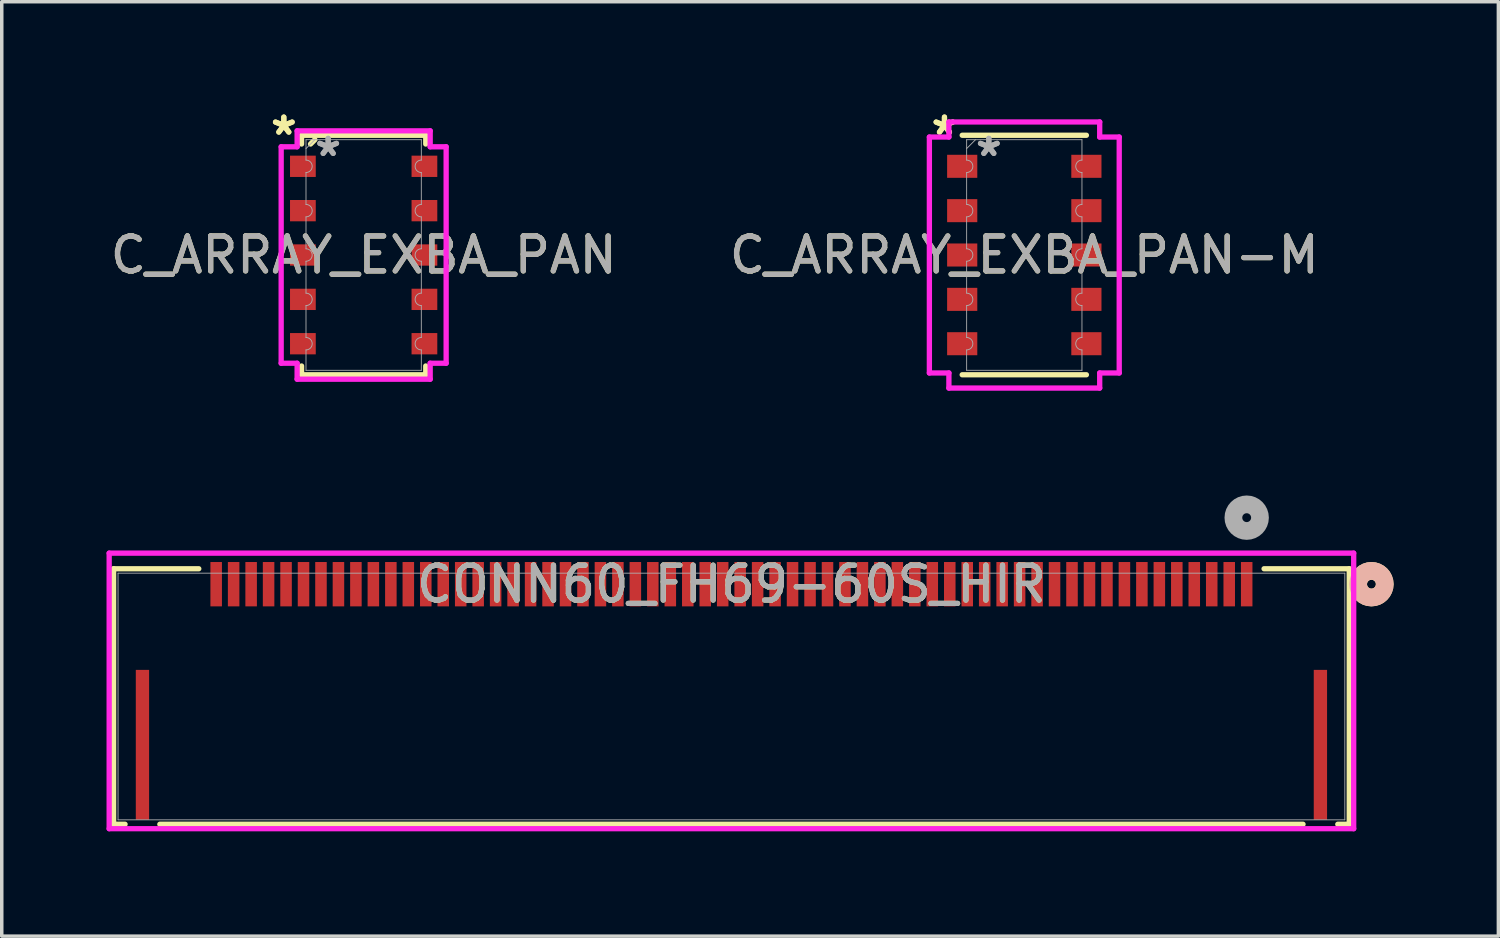
<source format=kicad_pcb>
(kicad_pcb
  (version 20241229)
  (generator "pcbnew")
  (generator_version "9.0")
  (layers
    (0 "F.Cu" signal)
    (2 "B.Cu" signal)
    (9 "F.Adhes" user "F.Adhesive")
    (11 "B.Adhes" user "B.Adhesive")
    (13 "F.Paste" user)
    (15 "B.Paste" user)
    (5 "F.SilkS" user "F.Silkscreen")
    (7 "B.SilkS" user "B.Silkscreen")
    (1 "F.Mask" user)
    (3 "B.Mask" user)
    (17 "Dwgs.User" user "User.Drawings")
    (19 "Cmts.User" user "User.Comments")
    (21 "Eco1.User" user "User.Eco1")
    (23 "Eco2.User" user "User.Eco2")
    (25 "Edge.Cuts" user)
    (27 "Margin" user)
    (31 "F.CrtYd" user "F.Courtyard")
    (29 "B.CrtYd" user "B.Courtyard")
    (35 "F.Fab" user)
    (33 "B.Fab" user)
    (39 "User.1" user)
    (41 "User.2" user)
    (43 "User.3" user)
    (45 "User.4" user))
  (footprint "C_ARRAY_EXBA_PAN-M"
    (layer "F.Cu")
    (at 26.28 4.252)
    (property "Reference" "C_ARRAY_EXBA_PAN-M" (at 0 0 0) (unlocked yes) (layer "F.SilkS") (effects (font (size 1 1) (thickness 0.15))))
    (attr smd)
    (fp_line (start -1.778 -3.429) (end 1.778 -3.429) (stroke (width 0.152) (type solid)) (layer "F.SilkS"))
    (fp_line (start -1.778 3.429) (end 1.778 3.429) (stroke (width 0.152) (type solid)) (layer "F.SilkS"))
    (fp_line (start -2.718 -3.378) (end -2.159 -3.378) (stroke (width 0.152) (type solid)) (layer "F.CrtYd"))
    (fp_line (start -2.718 3.378) (end -2.718 -3.378) (stroke (width 0.152) (type solid)) (layer "F.CrtYd"))
    (fp_line (start -2.718 3.378) (end -2.159 3.378) (stroke (width 0.152) (type solid)) (layer "F.CrtYd"))
    (fp_line (start -2.159 -3.81) (end 2.159 -3.81) (stroke (width 0.152) (type solid)) (layer "F.CrtYd"))
    (fp_line (start -2.159 -3.378) (end -2.159 -3.81) (stroke (width 0.152) (type solid)) (layer "F.CrtYd"))
    (fp_line (start -2.159 3.81) (end -2.159 3.378) (stroke (width 0.152) (type solid)) (layer "F.CrtYd"))
    (fp_line (start 2.159 -3.81) (end 2.159 -3.378) (stroke (width 0.152) (type solid)) (layer "F.CrtYd"))
    (fp_line (start 2.159 3.378) (end 2.159 3.81) (stroke (width 0.152) (type solid)) (layer "F.CrtYd"))
    (fp_line (start 2.159 3.81) (end -2.159 3.81) (stroke (width 0.152) (type solid)) (layer "F.CrtYd"))
    (fp_line (start 2.718 -3.378) (end 2.159 -3.378) (stroke (width 0.152) (type solid)) (layer "F.CrtYd"))
    (fp_line (start 2.718 -3.378) (end 2.718 3.378) (stroke (width 0.152) (type solid)) (layer "F.CrtYd"))
    (fp_line (start 2.718 3.378) (end 2.159 3.378) (stroke (width 0.152) (type solid)) (layer "F.CrtYd"))
    (fp_line (start -1.651 -3.302) (end 1.651 -3.302) (stroke (width 0.025) (type solid)) (layer "F.Fab"))
    (fp_line (start -1.651 -2.718) (end -1.651 -3.302) (stroke (width 0.025) (type solid)) (layer "F.Fab"))
    (fp_line (start -1.651 -2.362) (end -1.651 -1.448) (stroke (width 0.025) (type solid)) (layer "F.Fab"))
    (fp_line (start -1.651 -1.092) (end -1.651 -0.178) (stroke (width 0.025) (type solid)) (layer "F.Fab"))
    (fp_line (start -1.651 0.178) (end -1.651 1.092) (stroke (width 0.025) (type solid)) (layer "F.Fab"))
    (fp_line (start -1.651 1.448) (end -1.651 2.362) (stroke (width 0.025) (type solid)) (layer "F.Fab"))
    (fp_line (start -1.651 2.718) (end -1.651 3.302) (stroke (width 0.025) (type solid)) (layer "F.Fab"))
    (fp_line (start -1.651 3.302) (end 1.651 3.302) (stroke (width 0.025) (type solid)) (layer "F.Fab"))
    (fp_line (start -1.397 -3.302) (end -1.651 -3.048) (stroke (width 0.025) (type solid)) (layer "F.Fab"))
    (fp_line (start 1.651 -2.718) (end 1.651 -3.302) (stroke (width 0.025) (type solid)) (layer "F.Fab"))
    (fp_line (start 1.651 -2.362) (end 1.651 -1.448) (stroke (width 0.025) (type solid)) (layer "F.Fab"))
    (fp_line (start 1.651 -1.092) (end 1.651 -0.178) (stroke (width 0.025) (type solid)) (layer "F.Fab"))
    (fp_line (start 1.651 0.178) (end 1.651 1.092) (stroke (width 0.025) (type solid)) (layer "F.Fab"))
    (fp_line (start 1.651 1.448) (end 1.651 2.362) (stroke (width 0.025) (type solid)) (layer "F.Fab"))
    (fp_line (start 1.651 2.718) (end 1.651 3.302) (stroke (width 0.025) (type solid)) (layer "F.Fab"))
    (fp_arc (start -1.651 -2.7178) (mid -1.4732 -2.54) (end -1.651 -2.3622) (stroke (width 0.0254) (type solid)) (layer "F.Fab"))
    (fp_arc (start -1.651 -1.4478) (mid -1.4732 -1.27) (end -1.651 -1.0922) (stroke (width 0.0254) (type solid)) (layer "F.Fab"))
    (fp_arc (start -1.651 -0.1778) (mid -1.4732 0) (end -1.651 0.1778) (stroke (width 0.0254) (type solid)) (layer "F.Fab"))
    (fp_arc (start -1.651 1.0922) (mid -1.4732 1.27) (end -1.651 1.4478) (stroke (width 0.0254) (type solid)) (layer "F.Fab"))
    (fp_arc (start -1.651 2.3622) (mid -1.4732 2.54) (end -1.651 2.7178) (stroke (width 0.0254) (type solid)) (layer "F.Fab"))
    (fp_arc (start 1.651 -2.3622) (mid 1.4732 -2.54) (end 1.651 -2.7178) (stroke (width 0.0254) (type solid)) (layer "F.Fab"))
    (fp_arc (start 1.651 -1.0922) (mid 1.4732 -1.27) (end 1.651 -1.4478) (stroke (width 0.0254) (type solid)) (layer "F.Fab"))
    (fp_arc (start 1.651 0.1778) (mid 1.4732 0) (end 1.651 -0.1778) (stroke (width 0.0254) (type solid)) (layer "F.Fab"))
    (fp_arc (start 1.651 1.4478) (mid 1.4732 1.27) (end 1.651 1.0922) (stroke (width 0.0254) (type solid)) (layer "F.Fab"))
    (fp_arc (start 1.651 2.7178) (mid 1.4732 2.54) (end 1.651 2.3622) (stroke (width 0.0254) (type solid)) (layer "F.Fab"))
    (fp_text user "*" (at -2.286 -3.404 0) (unlocked yes) (layer "F.SilkS") (effects (font (size 1 1) (thickness 0.15))))
    (fp_text user "*" (at -2.286 -3.404 0) (layer "F.SilkS") (effects (font (size 1 1) (thickness 0.15))))
    (fp_text user "*" (at -1.016 -2.794 0) (layer "F.Fab") (effects (font (size 1 1) (thickness 0.15))))
    (fp_text user "${REFERENCE}" (at 0 0 0) (unlocked yes) (layer "F.Fab") (effects (font (size 1 1) (thickness 0.15))))
    (fp_text user "*" (at -1.016 -2.794 0) (unlocked yes) (layer "F.Fab") (effects (font (size 1 1) (thickness 0.15))))
    (pad "1" smd rect (at -1.778 -2.54) (size 0.864 0.66) (layers "F.Cu" "F.Mask" "F.Paste"))
    (pad "2" smd rect (at -1.778 -1.27) (size 0.864 0.66) (layers "F.Cu" "F.Mask" "F.Paste"))
    (pad "3" smd rect (at -1.778 0) (size 0.864 0.66) (layers "F.Cu" "F.Mask" "F.Paste"))
    (pad "4" smd rect (at -1.778 1.27) (size 0.864 0.66) (layers "F.Cu" "F.Mask" "F.Paste"))
    (pad "5" smd rect (at -1.778 2.54) (size 0.864 0.66) (layers "F.Cu" "F.Mask" "F.Paste"))
    (pad "6" smd rect (at 1.778 2.54) (size 0.864 0.66) (layers "F.Cu" "F.Mask" "F.Paste"))
    (pad "7" smd rect (at 1.778 1.27) (size 0.864 0.66) (layers "F.Cu" "F.Mask" "F.Paste"))
    (pad "8" smd rect (at 1.778 0) (size 0.864 0.66) (layers "F.Cu" "F.Mask" "F.Paste"))
    (pad "9" smd rect (at 1.778 -1.27) (size 0.864 0.66) (layers "F.Cu" "F.Mask" "F.Paste"))
    (pad "10" smd rect (at 1.778 -2.54) (size 0.864 0.66) (layers "F.Cu" "F.Mask" "F.Paste")))
  (footprint "C_ARRAY_EXBA_PAN"
    (layer "F.Cu")
    (at 7.363 4.252)
    (property "Reference" "C_ARRAY_EXBA_PAN" (at 0 0 0) (unlocked yes) (layer "F.SilkS") (effects (font (size 1 1) (thickness 0.15))))
    (attr smd)
    (fp_line (start -1.778 -3.429) (end 1.778 -3.429) (stroke (width 0.152) (type solid)) (layer "F.SilkS"))
    (fp_line (start -1.778 -3.178) (end -1.778 -3.429) (stroke (width 0.152) (type solid)) (layer "F.SilkS"))
    (fp_line (start -1.778 3.178) (end -1.778 3.429) (stroke (width 0.152) (type solid)) (layer "F.SilkS"))
    (fp_line (start -1.778 3.429) (end 1.778 3.429) (stroke (width 0.152) (type solid)) (layer "F.SilkS"))
    (fp_line (start -1.397 -3.302) (end -1.521 -3.178) (stroke (width 0.152) (type solid)) (layer "F.SilkS"))
    (fp_line (start 1.778 -3.178) (end 1.778 -3.429) (stroke (width 0.152) (type solid)) (layer "F.SilkS"))
    (fp_line (start 1.778 3.178) (end 1.778 3.429) (stroke (width 0.152) (type solid)) (layer "F.SilkS"))
    (fp_line (start -2.362 -3.099) (end -1.905 -3.099) (stroke (width 0.152) (type solid)) (layer "F.CrtYd"))
    (fp_line (start -2.362 3.099) (end -2.362 -3.099) (stroke (width 0.152) (type solid)) (layer "F.CrtYd"))
    (fp_line (start -2.362 3.099) (end -1.905 3.099) (stroke (width 0.152) (type solid)) (layer "F.CrtYd"))
    (fp_line (start -1.905 -3.556) (end 1.905 -3.556) (stroke (width 0.152) (type solid)) (layer "F.CrtYd"))
    (fp_line (start -1.905 -3.099) (end -1.905 -3.556) (stroke (width 0.152) (type solid)) (layer "F.CrtYd"))
    (fp_line (start -1.905 3.556) (end -1.905 3.099) (stroke (width 0.152) (type solid)) (layer "F.CrtYd"))
    (fp_line (start 1.905 -3.556) (end 1.905 -3.099) (stroke (width 0.152) (type solid)) (layer "F.CrtYd"))
    (fp_line (start 1.905 3.099) (end 1.905 3.556) (stroke (width 0.152) (type solid)) (layer "F.CrtYd"))
    (fp_line (start 1.905 3.556) (end -1.905 3.556) (stroke (width 0.152) (type solid)) (layer "F.CrtYd"))
    (fp_line (start 2.362 -3.099) (end 1.905 -3.099) (stroke (width 0.152) (type solid)) (layer "F.CrtYd"))
    (fp_line (start 2.362 -3.099) (end 2.362 3.099) (stroke (width 0.152) (type solid)) (layer "F.CrtYd"))
    (fp_line (start 2.362 3.099) (end 1.905 3.099) (stroke (width 0.152) (type solid)) (layer "F.CrtYd"))
    (fp_line (start -1.651 -3.302) (end 1.651 -3.302) (stroke (width 0.025) (type solid)) (layer "F.Fab"))
    (fp_line (start -1.651 -2.718) (end -1.651 -3.302) (stroke (width 0.025) (type solid)) (layer "F.Fab"))
    (fp_line (start -1.651 -2.362) (end -1.651 -1.448) (stroke (width 0.025) (type solid)) (layer "F.Fab"))
    (fp_line (start -1.651 -1.092) (end -1.651 -0.178) (stroke (width 0.025) (type solid)) (layer "F.Fab"))
    (fp_line (start -1.651 0.178) (end -1.651 1.092) (stroke (width 0.025) (type solid)) (layer "F.Fab"))
    (fp_line (start -1.651 1.448) (end -1.651 2.362) (stroke (width 0.025) (type solid)) (layer "F.Fab"))
    (fp_line (start -1.651 2.718) (end -1.651 3.302) (stroke (width 0.025) (type solid)) (layer "F.Fab"))
    (fp_line (start -1.651 3.302) (end 1.651 3.302) (stroke (width 0.025) (type solid)) (layer "F.Fab"))
    (fp_line (start -1.397 -3.302) (end -1.651 -3.048) (stroke (width 0.025) (type solid)) (layer "F.Fab"))
    (fp_line (start 1.651 -2.718) (end 1.651 -3.302) (stroke (width 0.025) (type solid)) (layer "F.Fab"))
    (fp_line (start 1.651 -2.362) (end 1.651 -1.448) (stroke (width 0.025) (type solid)) (layer "F.Fab"))
    (fp_line (start 1.651 -1.092) (end 1.651 -0.178) (stroke (width 0.025) (type solid)) (layer "F.Fab"))
    (fp_line (start 1.651 0.178) (end 1.651 1.092) (stroke (width 0.025) (type solid)) (layer "F.Fab"))
    (fp_line (start 1.651 1.448) (end 1.651 2.362) (stroke (width 0.025) (type solid)) (layer "F.Fab"))
    (fp_line (start 1.651 2.718) (end 1.651 3.302) (stroke (width 0.025) (type solid)) (layer "F.Fab"))
    (fp_arc (start -1.651 -2.7178) (mid -1.4732 -2.54) (end -1.651 -2.3622) (stroke (width 0.0254) (type solid)) (layer "F.Fab"))
    (fp_arc (start -1.651 -1.4478) (mid -1.4732 -1.27) (end -1.651 -1.0922) (stroke (width 0.0254) (type solid)) (layer "F.Fab"))
    (fp_arc (start -1.651 -0.1778) (mid -1.4732 0) (end -1.651 0.1778) (stroke (width 0.0254) (type solid)) (layer "F.Fab"))
    (fp_arc (start -1.651 1.0922) (mid -1.4732 1.27) (end -1.651 1.4478) (stroke (width 0.0254) (type solid)) (layer "F.Fab"))
    (fp_arc (start -1.651 2.3622) (mid -1.4732 2.54) (end -1.651 2.7178) (stroke (width 0.0254) (type solid)) (layer "F.Fab"))
    (fp_arc (start 1.651 -2.3622) (mid 1.4732 -2.54) (end 1.651 -2.7178) (stroke (width 0.0254) (type solid)) (layer "F.Fab"))
    (fp_arc (start 1.651 -1.0922) (mid 1.4732 -1.27) (end 1.651 -1.4478) (stroke (width 0.0254) (type solid)) (layer "F.Fab"))
    (fp_arc (start 1.651 0.1778) (mid 1.4732 0) (end 1.651 -0.1778) (stroke (width 0.0254) (type solid)) (layer "F.Fab"))
    (fp_arc (start 1.651 1.4478) (mid 1.4732 1.27) (end 1.651 1.0922) (stroke (width 0.0254) (type solid)) (layer "F.Fab"))
    (fp_arc (start 1.651 2.7178) (mid 1.4732 2.54) (end 1.651 2.3622) (stroke (width 0.0254) (type solid)) (layer "F.Fab"))
    (fp_text user "*" (at -2.286 -3.404 0) (unlocked yes) (layer "F.SilkS") (effects (font (size 1 1) (thickness 0.15))))
    (fp_text user "*" (at -2.286 -3.404 0) (layer "F.SilkS") (effects (font (size 1 1) (thickness 0.15))))
    (fp_text user "*" (at -1.016 -2.794 0) (unlocked yes) (layer "F.Fab") (effects (font (size 1 1) (thickness 0.15))))
    (fp_text user "${REFERENCE}" (at 0 0 0) (unlocked yes) (layer "F.Fab") (effects (font (size 1 1) (thickness 0.15))))
    (fp_text user "*" (at -1.016 -2.794 0) (layer "F.Fab") (effects (font (size 1 1) (thickness 0.15))))
    (pad "1" smd rect (at -1.74 -2.54) (size 0.737 0.61) (layers "F.Cu" "F.Mask" "F.Paste"))
    (pad "2" smd rect (at -1.74 -1.27) (size 0.737 0.61) (layers "F.Cu" "F.Mask" "F.Paste"))
    (pad "3" smd rect (at -1.74 0) (size 0.737 0.61) (layers "F.Cu" "F.Mask" "F.Paste"))
    (pad "4" smd rect (at -1.74 1.27) (size 0.737 0.61) (layers "F.Cu" "F.Mask" "F.Paste"))
    (pad "5" smd rect (at -1.74 2.54) (size 0.737 0.61) (layers "F.Cu" "F.Mask" "F.Paste"))
    (pad "6" smd rect (at 1.74 2.54) (size 0.737 0.61) (layers "F.Cu" "F.Mask" "F.Paste"))
    (pad "7" smd rect (at 1.74 1.27) (size 0.737 0.61) (layers "F.Cu" "F.Mask" "F.Paste"))
    (pad "8" smd rect (at 1.74 0) (size 0.737 0.61) (layers "F.Cu" "F.Mask" "F.Paste"))
    (pad "9" smd rect (at 1.74 -1.27) (size 0.737 0.61) (layers "F.Cu" "F.Mask" "F.Paste"))
    (pad "10" smd rect (at 1.74 -2.54) (size 0.737 0.61) (layers "F.Cu" "F.Mask" "F.Paste")))
  (footprint "CONN60_FH69-60S_HIR"
    (layer "F.Cu")
    (at 17.894 16.894)
    (property "Reference" "CONN60_FH69-60S_HIR" (at 0 -3.216 0) (unlocked yes) (layer "F.SilkS") (effects (font (size 1 1) (thickness 0.15))))
    (attr smd)
    (fp_line (start -17.691 -3.658) (end -17.691 3.658) (stroke (width 0.152) (type solid)) (layer "F.SilkS"))
    (fp_line (start -17.691 3.658) (end -17.363 3.658) (stroke (width 0.152) (type solid)) (layer "F.SilkS"))
    (fp_line (start -16.367 3.658) (end 16.367 3.658) (stroke (width 0.152) (type solid)) (layer "F.SilkS"))
    (fp_line (start -15.252 -3.658) (end -17.691 -3.658) (stroke (width 0.152) (type solid)) (layer "F.SilkS"))
    (fp_line (start 17.363 3.658) (end 17.691 3.658) (stroke (width 0.152) (type solid)) (layer "F.SilkS"))
    (fp_line (start 17.691 -3.658) (end 15.252 -3.658) (stroke (width 0.152) (type solid)) (layer "F.SilkS"))
    (fp_line (start 17.691 3.658) (end 17.691 -3.658) (stroke (width 0.152) (type solid)) (layer "F.SilkS"))
    (fp_circle (center 18.326 -3.216) (end 18.707 -3.216) (stroke (width 0.508) (type solid)) (fill no) (layer "F.SilkS"))
    (fp_circle (center 18.326 -3.216) (end 18.707 -3.216) (stroke (width 0.508) (type solid)) (fill no) (layer "B.SilkS"))
    (fp_line (start -17.818 -4.105) (end -17.818 3.785) (stroke (width 0.152) (type solid)) (layer "F.CrtYd"))
    (fp_line (start -17.818 3.785) (end 17.818 3.785) (stroke (width 0.152) (type solid)) (layer "F.CrtYd"))
    (fp_line (start 17.818 -4.105) (end -17.818 -4.105) (stroke (width 0.152) (type solid)) (layer "F.CrtYd"))
    (fp_line (start 17.818 3.785) (end 17.818 -4.105) (stroke (width 0.152) (type solid)) (layer "F.CrtYd"))
    (fp_line (start -17.564 -3.531) (end -17.564 3.531) (stroke (width 0.025) (type solid)) (layer "F.Fab"))
    (fp_line (start -17.564 3.531) (end 17.564 3.531) (stroke (width 0.025) (type solid)) (layer "F.Fab"))
    (fp_line (start 17.564 -3.531) (end -17.564 -3.531) (stroke (width 0.025) (type solid)) (layer "F.Fab"))
    (fp_line (start 17.564 3.531) (end 17.564 -3.531) (stroke (width 0.025) (type solid)) (layer "F.Fab"))
    (fp_circle (center 14.754 -5.121) (end 15.135 -5.121) (stroke (width 0.508) (type solid)) (fill no) (layer "F.Fab"))
    (fp_text user "${REFERENCE}" (at 0 -3.216 0) (unlocked yes) (layer "F.Fab") (effects (font (size 1 1) (thickness 0.15))))
    (pad "1" smd rect (at 14.754 -3.216) (size 0.33 1.27) (layers "F.Cu" "F.Mask" "F.Paste"))
    (pad "2" smd rect (at 14.254 -3.216) (size 0.33 1.27) (layers "F.Cu" "F.Mask" "F.Paste"))
    (pad "3" smd rect (at 13.753 -3.216) (size 0.33 1.27) (layers "F.Cu" "F.Mask" "F.Paste"))
    (pad "4" smd rect (at 13.253 -3.216) (size 0.33 1.27) (layers "F.Cu" "F.Mask" "F.Paste"))
    (pad "5" smd rect (at 12.753 -3.216) (size 0.33 1.27) (layers "F.Cu" "F.Mask" "F.Paste"))
    (pad "6" smd rect (at 12.253 -3.216) (size 0.33 1.27) (layers "F.Cu" "F.Mask" "F.Paste"))
    (pad "7" smd rect (at 11.753 -3.216) (size 0.33 1.27) (layers "F.Cu" "F.Mask" "F.Paste"))
    (pad "8" smd rect (at 11.253 -3.216) (size 0.33 1.27) (layers "F.Cu" "F.Mask" "F.Paste"))
    (pad "9" smd rect (at 10.753 -3.216) (size 0.33 1.27) (layers "F.Cu" "F.Mask" "F.Paste"))
    (pad "10" smd rect (at 10.253 -3.216) (size 0.33 1.27) (layers "F.Cu" "F.Mask" "F.Paste"))
    (pad "11" smd rect (at 9.752 -3.216) (size 0.33 1.27) (layers "F.Cu" "F.Mask" "F.Paste"))
    (pad "12" smd rect (at 9.252 -3.216) (size 0.33 1.27) (layers "F.Cu" "F.Mask" "F.Paste"))
    (pad "13" smd rect (at 8.752 -3.216) (size 0.33 1.27) (layers "F.Cu" "F.Mask" "F.Paste"))
    (pad "14" smd rect (at 8.252 -3.216) (size 0.33 1.27) (layers "F.Cu" "F.Mask" "F.Paste"))
    (pad "15" smd rect (at 7.752 -3.216) (size 0.33 1.27) (layers "F.Cu" "F.Mask" "F.Paste"))
    (pad "16" smd rect (at 7.252 -3.216) (size 0.33 1.27) (layers "F.Cu" "F.Mask" "F.Paste"))
    (pad "17" smd rect (at 6.752 -3.216) (size 0.33 1.27) (layers "F.Cu" "F.Mask" "F.Paste"))
    (pad "18" smd rect (at 6.252 -3.216) (size 0.33 1.27) (layers "F.Cu" "F.Mask" "F.Paste"))
    (pad "19" smd rect (at 5.751 -3.216) (size 0.33 1.27) (layers "F.Cu" "F.Mask" "F.Paste"))
    (pad "20" smd rect (at 5.251 -3.216) (size 0.33 1.27) (layers "F.Cu" "F.Mask" "F.Paste"))
    (pad "21" smd rect (at 4.751 -3.216) (size 0.33 1.27) (layers "F.Cu" "F.Mask" "F.Paste"))
    (pad "22" smd rect (at 4.251 -3.216) (size 0.33 1.27) (layers "F.Cu" "F.Mask" "F.Paste"))
    (pad "23" smd rect (at 3.751 -3.216) (size 0.33 1.27) (layers "F.Cu" "F.Mask" "F.Paste"))
    (pad "24" smd rect (at 3.251 -3.216) (size 0.33 1.27) (layers "F.Cu" "F.Mask" "F.Paste"))
    (pad "25" smd rect (at 2.751 -3.216) (size 0.33 1.27) (layers "F.Cu" "F.Mask" "F.Paste"))
    (pad "26" smd rect (at 2.251 -3.216) (size 0.33 1.27) (layers "F.Cu" "F.Mask" "F.Paste"))
    (pad "27" smd rect (at 1.75 -3.216) (size 0.33 1.27) (layers "F.Cu" "F.Mask" "F.Paste"))
    (pad "28" smd rect (at 1.25 -3.216) (size 0.33 1.27) (layers "F.Cu" "F.Mask" "F.Paste"))
    (pad "29" smd rect (at 0.75 -3.216) (size 0.33 1.27) (layers "F.Cu" "F.Mask" "F.Paste"))
    (pad "30" smd rect (at 0.25 -3.216) (size 0.33 1.27) (layers "F.Cu" "F.Mask" "F.Paste"))
    (pad "31" smd rect (at -0.25 -3.216) (size 0.33 1.27) (layers "F.Cu" "F.Mask" "F.Paste"))
    (pad "32" smd rect (at -0.75 -3.216) (size 0.33 1.27) (layers "F.Cu" "F.Mask" "F.Paste"))
    (pad "33" smd rect (at -1.25 -3.216) (size 0.33 1.27) (layers "F.Cu" "F.Mask" "F.Paste"))
    (pad "34" smd rect (at -1.75 -3.216) (size 0.33 1.27) (layers "F.Cu" "F.Mask" "F.Paste"))
    (pad "35" smd rect (at -2.251 -3.216) (size 0.33 1.27) (layers "F.Cu" "F.Mask" "F.Paste"))
    (pad "36" smd rect (at -2.751 -3.216) (size 0.33 1.27) (layers "F.Cu" "F.Mask" "F.Paste"))
    (pad "37" smd rect (at -3.251 -3.216) (size 0.33 1.27) (layers "F.Cu" "F.Mask" "F.Paste"))
    (pad "38" smd rect (at -3.751 -3.216) (size 0.33 1.27) (layers "F.Cu" "F.Mask" "F.Paste"))
    (pad "39" smd rect (at -4.251 -3.216) (size 0.33 1.27) (layers "F.Cu" "F.Mask" "F.Paste"))
    (pad "40" smd rect (at -4.751 -3.216) (size 0.33 1.27) (layers "F.Cu" "F.Mask" "F.Paste"))
    (pad "41" smd rect (at -5.251 -3.216) (size 0.33 1.27) (layers "F.Cu" "F.Mask" "F.Paste"))
    (pad "42" smd rect (at -5.751 -3.216) (size 0.33 1.27) (layers "F.Cu" "F.Mask" "F.Paste"))
    (pad "43" smd rect (at -6.252 -3.216) (size 0.33 1.27) (layers "F.Cu" "F.Mask" "F.Paste"))
    (pad "44" smd rect (at -6.752 -3.216) (size 0.33 1.27) (layers "F.Cu" "F.Mask" "F.Paste"))
    (pad "45" smd rect (at -7.252 -3.216) (size 0.33 1.27) (layers "F.Cu" "F.Mask" "F.Paste"))
    (pad "46" smd rect (at -7.752 -3.216) (size 0.33 1.27) (layers "F.Cu" "F.Mask" "F.Paste"))
    (pad "47" smd rect (at -8.252 -3.216) (size 0.33 1.27) (layers "F.Cu" "F.Mask" "F.Paste"))
    (pad "48" smd rect (at -8.752 -3.216) (size 0.33 1.27) (layers "F.Cu" "F.Mask" "F.Paste"))
    (pad "49" smd rect (at -9.252 -3.216) (size 0.33 1.27) (layers "F.Cu" "F.Mask" "F.Paste"))
    (pad "50" smd rect (at -9.752 -3.216) (size 0.33 1.27) (layers "F.Cu" "F.Mask" "F.Paste"))
    (pad "51" smd rect (at -10.253 -3.216) (size 0.33 1.27) (layers "F.Cu" "F.Mask" "F.Paste"))
    (pad "52" smd rect (at -10.753 -3.216) (size 0.33 1.27) (layers "F.Cu" "F.Mask" "F.Paste"))
    (pad "53" smd rect (at -11.253 -3.216) (size 0.33 1.27) (layers "F.Cu" "F.Mask" "F.Paste"))
    (pad "54" smd rect (at -11.753 -3.216) (size 0.33 1.27) (layers "F.Cu" "F.Mask" "F.Paste"))
    (pad "55" smd rect (at -12.253 -3.216) (size 0.33 1.27) (layers "F.Cu" "F.Mask" "F.Paste"))
    (pad "56" smd rect (at -12.753 -3.216) (size 0.33 1.27) (layers "F.Cu" "F.Mask" "F.Paste"))
    (pad "57" smd rect (at -13.253 -3.216) (size 0.33 1.27) (layers "F.Cu" "F.Mask" "F.Paste"))
    (pad "58" smd rect (at -13.753 -3.216) (size 0.33 1.27) (layers "F.Cu" "F.Mask" "F.Paste"))
    (pad "59" smd rect (at -14.254 -3.216) (size 0.33 1.27) (layers "F.Cu" "F.Mask" "F.Paste"))
    (pad "60" smd rect (at -14.754 -3.216) (size 0.33 1.27) (layers "F.Cu" "F.Mask" "F.Paste"))
    (pad "61" smd rect (at -16.865 1.384) (size 0.381 4.293) (layers "F.Cu" "F.Mask" "F.Paste"))
    (pad "62" smd rect (at 16.865 1.384) (size 0.381 4.293) (layers "F.Cu" "F.Mask" "F.Paste")))
  (gr_rect
    (start -3 -3)
    (end 39.855 23.755)
    (stroke (width 0.1) (type default))
    (fill no)
    (layer "Edge.Cuts")))
</source>
